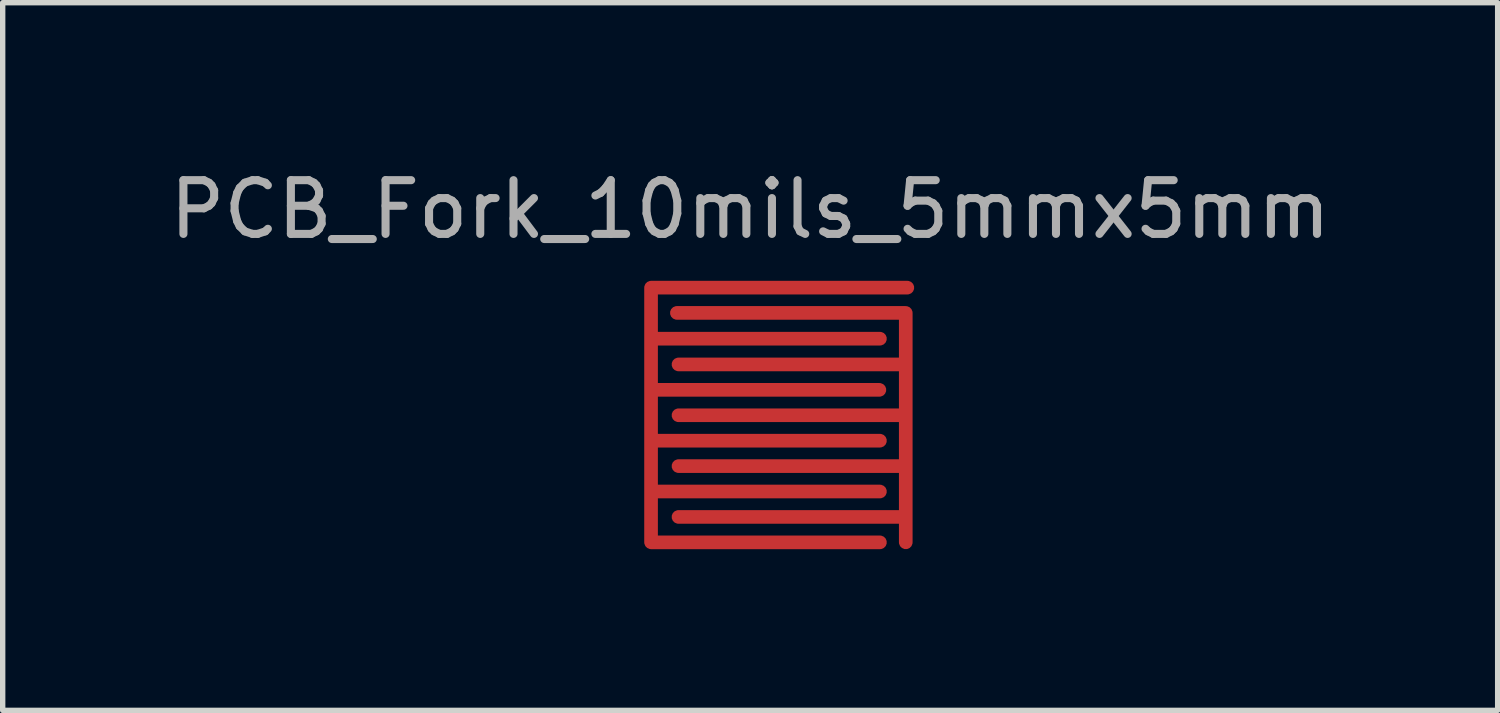
<source format=kicad_pcb>
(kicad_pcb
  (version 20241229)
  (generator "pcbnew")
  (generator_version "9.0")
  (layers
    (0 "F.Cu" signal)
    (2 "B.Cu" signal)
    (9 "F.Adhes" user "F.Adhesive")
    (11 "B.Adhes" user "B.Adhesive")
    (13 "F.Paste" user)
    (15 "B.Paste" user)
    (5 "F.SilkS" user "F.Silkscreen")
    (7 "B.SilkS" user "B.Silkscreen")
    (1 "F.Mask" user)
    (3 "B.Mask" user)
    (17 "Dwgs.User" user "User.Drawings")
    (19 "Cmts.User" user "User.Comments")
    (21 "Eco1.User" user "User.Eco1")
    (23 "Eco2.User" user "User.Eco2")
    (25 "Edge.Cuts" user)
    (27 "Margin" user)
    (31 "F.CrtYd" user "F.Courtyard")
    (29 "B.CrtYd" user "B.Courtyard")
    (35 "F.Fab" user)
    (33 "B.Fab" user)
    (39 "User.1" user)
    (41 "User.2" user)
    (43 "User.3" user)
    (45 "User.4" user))
  (footprint "PCB_Fork_10mils_5mmx5mm"
    (layer "F.Cu")
    (at 8.936 2.173)
    (property "Reference" "PCB_Fork_10mils_5mmx5mm" (at 1.975 -1.325 0) (layer "F.Fab") (effects (font (size 1 1) (thickness 0.15))))
    (attr through_hole)
    (pad "1" smd custom (at 4.875 4.875) (size 0.24 0.24) (layers "F.Cu" "F.Mask") (options (anchor circle)) (primitives (gr_line (start -0.015 -4.275) (end -4.265 -4.275) (width 0.254)) (gr_line (start -0.015 -2.37) (end -4.235 -2.37) (width 0.254)) (gr_line (start -0.015 -3.316) (end -4.235 -3.316) (width 0.254)) (gr_line (start -0.005 -0.005) (end -0.005 -4.275) (width 0.254)) (gr_line (start -0.015 -1.424) (end -4.235 -1.424) (width 0.254)) (gr_line (start -0.015 -0.478) (end -4.235 -0.478) (width 0.254))))
    (pad "2" smd custom (at 0.125 0.125) (size 0.24 0.24) (layers "F.Cu" "F.Mask") (options (anchor circle)) (primitives (gr_line (start 0.015 0.955) (end 4.265 0.955) (width 0.254)) (gr_line (start 0.005 3.799) (end 4.265 3.799) (width 0.254)) (gr_line (start 0.005 0.005) (end 4.775 0.005) (width 0.254)) (gr_line (start 0.005 2.853) (end 4.265 2.853) (width 0.254)) (gr_line (start 0.015 1.907) (end 4.255 1.907) (width 0.254)) (gr_line (start 0.005 4.745) (end 4.265 4.745) (width 0.254)) (gr_line (start 0.005 4.745) (end 0.005 0.005) (width 0.254)))))
  (gr_rect
    (start -3 -3)
    (end 24.821 10.17)
    (stroke (width 0.1) (type default))
    (fill no)
    (layer "Edge.Cuts")))
</source>
